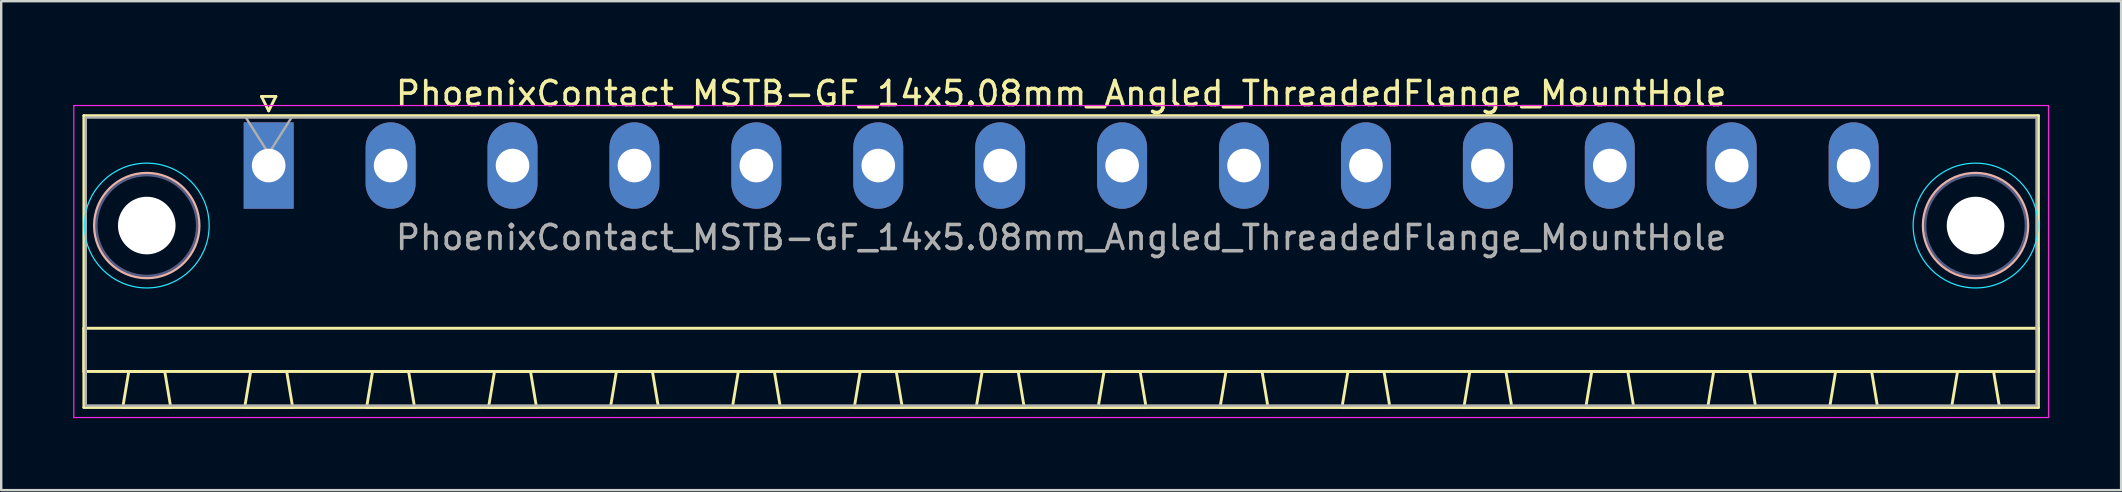
<source format=kicad_pcb>
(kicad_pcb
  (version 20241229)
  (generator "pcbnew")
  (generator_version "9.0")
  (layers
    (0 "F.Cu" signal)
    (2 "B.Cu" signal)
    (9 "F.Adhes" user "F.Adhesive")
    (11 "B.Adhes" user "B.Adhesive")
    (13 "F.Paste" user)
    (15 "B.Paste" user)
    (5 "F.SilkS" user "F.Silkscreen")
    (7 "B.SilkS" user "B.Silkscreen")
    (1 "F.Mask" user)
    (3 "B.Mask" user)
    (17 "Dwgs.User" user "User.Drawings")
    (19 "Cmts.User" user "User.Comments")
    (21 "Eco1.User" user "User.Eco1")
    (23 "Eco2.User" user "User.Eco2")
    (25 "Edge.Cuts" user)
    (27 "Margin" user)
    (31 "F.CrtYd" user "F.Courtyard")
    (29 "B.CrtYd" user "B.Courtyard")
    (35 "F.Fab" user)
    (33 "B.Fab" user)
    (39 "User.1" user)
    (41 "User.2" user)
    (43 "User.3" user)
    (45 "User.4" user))
  (footprint "PhoenixContact_MSTB-GF_14x5.08mm_Angled_ThreadedFlange_MountHole"
    (layer "F.Cu")
    (at 8.145 3.848)
    (property "Reference" "PhoenixContact_MSTB-GF_14x5.08mm_Angled_ThreadedFlange_MountHole" (at 33.02 -3 0) (layer "F.SilkS") (effects (font (size 1 1) (thickness 0.15))))
    (attr through_hole)
    (fp_line (start -7.7 -2.08) (end -7.7 10.08) (stroke (width 0.12) (type solid)) (layer "F.SilkS"))
    (fp_line (start -7.7 6.78) (end 73.74 6.78) (stroke (width 0.12) (type solid)) (layer "F.SilkS"))
    (fp_line (start -7.7 8.58) (end -7.7 6.78) (stroke (width 0.12) (type solid)) (layer "F.SilkS"))
    (fp_line (start -7.7 10.08) (end 73.74 10.08) (stroke (width 0.12) (type solid)) (layer "F.SilkS"))
    (fp_line (start -6.08 10.08) (end -4.08 10.08) (stroke (width 0.12) (type solid)) (layer "F.SilkS"))
    (fp_line (start -5.83 8.58) (end -6.08 10.08) (stroke (width 0.12) (type solid)) (layer "F.SilkS"))
    (fp_line (start -4.33 8.58) (end -5.83 8.58) (stroke (width 0.12) (type solid)) (layer "F.SilkS"))
    (fp_line (start -4.08 10.08) (end -4.33 8.58) (stroke (width 0.12) (type solid)) (layer "F.SilkS"))
    (fp_line (start -1 10.08) (end 1 10.08) (stroke (width 0.12) (type solid)) (layer "F.SilkS"))
    (fp_line (start -0.75 8.58) (end -1 10.08) (stroke (width 0.12) (type solid)) (layer "F.SilkS"))
    (fp_line (start -0.3 -2.88) (end 0.3 -2.88) (stroke (width 0.12) (type solid)) (layer "F.SilkS"))
    (fp_line (start 0 -2.28) (end -0.3 -2.88) (stroke (width 0.12) (type solid)) (layer "F.SilkS"))
    (fp_line (start 0.3 -2.88) (end 0 -2.28) (stroke (width 0.12) (type solid)) (layer "F.SilkS"))
    (fp_line (start 0.75 8.58) (end -0.75 8.58) (stroke (width 0.12) (type solid)) (layer "F.SilkS"))
    (fp_line (start 1 10.08) (end 0.75 8.58) (stroke (width 0.12) (type solid)) (layer "F.SilkS"))
    (fp_line (start 4.08 10.08) (end 6.08 10.08) (stroke (width 0.12) (type solid)) (layer "F.SilkS"))
    (fp_line (start 4.33 8.58) (end 4.08 10.08) (stroke (width 0.12) (type solid)) (layer "F.SilkS"))
    (fp_line (start 5.83 8.58) (end 4.33 8.58) (stroke (width 0.12) (type solid)) (layer "F.SilkS"))
    (fp_line (start 6.08 10.08) (end 5.83 8.58) (stroke (width 0.12) (type solid)) (layer "F.SilkS"))
    (fp_line (start 9.16 10.08) (end 11.16 10.08) (stroke (width 0.12) (type solid)) (layer "F.SilkS"))
    (fp_line (start 9.41 8.58) (end 9.16 10.08) (stroke (width 0.12) (type solid)) (layer "F.SilkS"))
    (fp_line (start 10.91 8.58) (end 9.41 8.58) (stroke (width 0.12) (type solid)) (layer "F.SilkS"))
    (fp_line (start 11.16 10.08) (end 10.91 8.58) (stroke (width 0.12) (type solid)) (layer "F.SilkS"))
    (fp_line (start 14.24 10.08) (end 16.24 10.08) (stroke (width 0.12) (type solid)) (layer "F.SilkS"))
    (fp_line (start 14.49 8.58) (end 14.24 10.08) (stroke (width 0.12) (type solid)) (layer "F.SilkS"))
    (fp_line (start 15.99 8.58) (end 14.49 8.58) (stroke (width 0.12) (type solid)) (layer "F.SilkS"))
    (fp_line (start 16.24 10.08) (end 15.99 8.58) (stroke (width 0.12) (type solid)) (layer "F.SilkS"))
    (fp_line (start 19.32 10.08) (end 21.32 10.08) (stroke (width 0.12) (type solid)) (layer "F.SilkS"))
    (fp_line (start 19.57 8.58) (end 19.32 10.08) (stroke (width 0.12) (type solid)) (layer "F.SilkS"))
    (fp_line (start 21.07 8.58) (end 19.57 8.58) (stroke (width 0.12) (type solid)) (layer "F.SilkS"))
    (fp_line (start 21.32 10.08) (end 21.07 8.58) (stroke (width 0.12) (type solid)) (layer "F.SilkS"))
    (fp_line (start 24.4 10.08) (end 26.4 10.08) (stroke (width 0.12) (type solid)) (layer "F.SilkS"))
    (fp_line (start 24.65 8.58) (end 24.4 10.08) (stroke (width 0.12) (type solid)) (layer "F.SilkS"))
    (fp_line (start 26.15 8.58) (end 24.65 8.58) (stroke (width 0.12) (type solid)) (layer "F.SilkS"))
    (fp_line (start 26.4 10.08) (end 26.15 8.58) (stroke (width 0.12) (type solid)) (layer "F.SilkS"))
    (fp_line (start 29.48 10.08) (end 31.48 10.08) (stroke (width 0.12) (type solid)) (layer "F.SilkS"))
    (fp_line (start 29.73 8.58) (end 29.48 10.08) (stroke (width 0.12) (type solid)) (layer "F.SilkS"))
    (fp_line (start 31.23 8.58) (end 29.73 8.58) (stroke (width 0.12) (type solid)) (layer "F.SilkS"))
    (fp_line (start 31.48 10.08) (end 31.23 8.58) (stroke (width 0.12) (type solid)) (layer "F.SilkS"))
    (fp_line (start 34.56 10.08) (end 36.56 10.08) (stroke (width 0.12) (type solid)) (layer "F.SilkS"))
    (fp_line (start 34.81 8.58) (end 34.56 10.08) (stroke (width 0.12) (type solid)) (layer "F.SilkS"))
    (fp_line (start 36.31 8.58) (end 34.81 8.58) (stroke (width 0.12) (type solid)) (layer "F.SilkS"))
    (fp_line (start 36.56 10.08) (end 36.31 8.58) (stroke (width 0.12) (type solid)) (layer "F.SilkS"))
    (fp_line (start 39.64 10.08) (end 41.64 10.08) (stroke (width 0.12) (type solid)) (layer "F.SilkS"))
    (fp_line (start 39.89 8.58) (end 39.64 10.08) (stroke (width 0.12) (type solid)) (layer "F.SilkS"))
    (fp_line (start 41.39 8.58) (end 39.89 8.58) (stroke (width 0.12) (type solid)) (layer "F.SilkS"))
    (fp_line (start 41.64 10.08) (end 41.39 8.58) (stroke (width 0.12) (type solid)) (layer "F.SilkS"))
    (fp_line (start 44.72 10.08) (end 46.72 10.08) (stroke (width 0.12) (type solid)) (layer "F.SilkS"))
    (fp_line (start 44.97 8.58) (end 44.72 10.08) (stroke (width 0.12) (type solid)) (layer "F.SilkS"))
    (fp_line (start 46.47 8.58) (end 44.97 8.58) (stroke (width 0.12) (type solid)) (layer "F.SilkS"))
    (fp_line (start 46.72 10.08) (end 46.47 8.58) (stroke (width 0.12) (type solid)) (layer "F.SilkS"))
    (fp_line (start 49.8 10.08) (end 51.8 10.08) (stroke (width 0.12) (type solid)) (layer "F.SilkS"))
    (fp_line (start 50.05 8.58) (end 49.8 10.08) (stroke (width 0.12) (type solid)) (layer "F.SilkS"))
    (fp_line (start 51.55 8.58) (end 50.05 8.58) (stroke (width 0.12) (type solid)) (layer "F.SilkS"))
    (fp_line (start 51.8 10.08) (end 51.55 8.58) (stroke (width 0.12) (type solid)) (layer "F.SilkS"))
    (fp_line (start 54.88 10.08) (end 56.88 10.08) (stroke (width 0.12) (type solid)) (layer "F.SilkS"))
    (fp_line (start 55.13 8.58) (end 54.88 10.08) (stroke (width 0.12) (type solid)) (layer "F.SilkS"))
    (fp_line (start 56.63 8.58) (end 55.13 8.58) (stroke (width 0.12) (type solid)) (layer "F.SilkS"))
    (fp_line (start 56.88 10.08) (end 56.63 8.58) (stroke (width 0.12) (type solid)) (layer "F.SilkS"))
    (fp_line (start 59.96 10.08) (end 61.96 10.08) (stroke (width 0.12) (type solid)) (layer "F.SilkS"))
    (fp_line (start 60.21 8.58) (end 59.96 10.08) (stroke (width 0.12) (type solid)) (layer "F.SilkS"))
    (fp_line (start 61.71 8.58) (end 60.21 8.58) (stroke (width 0.12) (type solid)) (layer "F.SilkS"))
    (fp_line (start 61.96 10.08) (end 61.71 8.58) (stroke (width 0.12) (type solid)) (layer "F.SilkS"))
    (fp_line (start 65.04 10.08) (end 67.04 10.08) (stroke (width 0.12) (type solid)) (layer "F.SilkS"))
    (fp_line (start 65.29 8.58) (end 65.04 10.08) (stroke (width 0.12) (type solid)) (layer "F.SilkS"))
    (fp_line (start 66.79 8.58) (end 65.29 8.58) (stroke (width 0.12) (type solid)) (layer "F.SilkS"))
    (fp_line (start 67.04 10.08) (end 66.79 8.58) (stroke (width 0.12) (type solid)) (layer "F.SilkS"))
    (fp_line (start 70.12 10.08) (end 72.12 10.08) (stroke (width 0.12) (type solid)) (layer "F.SilkS"))
    (fp_line (start 70.37 8.58) (end 70.12 10.08) (stroke (width 0.12) (type solid)) (layer "F.SilkS"))
    (fp_line (start 71.87 8.58) (end 70.37 8.58) (stroke (width 0.12) (type solid)) (layer "F.SilkS"))
    (fp_line (start 72.12 10.08) (end 71.87 8.58) (stroke (width 0.12) (type solid)) (layer "F.SilkS"))
    (fp_line (start 73.74 -2.08) (end -7.7 -2.08) (stroke (width 0.12) (type solid)) (layer "F.SilkS"))
    (fp_line (start 73.74 6.78) (end 73.74 8.58) (stroke (width 0.12) (type solid)) (layer "F.SilkS"))
    (fp_line (start 73.74 8.58) (end -7.7 8.58) (stroke (width 0.12) (type solid)) (layer "F.SilkS"))
    (fp_line (start 73.74 10.08) (end 73.74 -2.08) (stroke (width 0.12) (type solid)) (layer "F.SilkS"))
    (fp_circle (center -5.08 2.5) (end -2.9 2.5) (stroke (width 0.12) (type solid)) (fill no) (layer "B.SilkS"))
    (fp_circle (center 71.12 2.5) (end 73.3 2.5) (stroke (width 0.12) (type solid)) (fill no) (layer "B.SilkS"))
    (fp_circle (center -5.08 2.5) (end -2.48 2.5) (stroke (width 0.05) (type solid)) (fill no) (layer "B.CrtYd"))
    (fp_circle (center 71.12 2.5) (end 73.72 2.5) (stroke (width 0.05) (type solid)) (fill no) (layer "B.CrtYd"))
    (fp_line (start -8.12 -2.5) (end -8.12 10.5) (stroke (width 0.05) (type solid)) (layer "F.CrtYd"))
    (fp_line (start -8.12 10.5) (end 74.16 10.5) (stroke (width 0.05) (type solid)) (layer "F.CrtYd"))
    (fp_line (start 74.16 -2.5) (end -8.12 -2.5) (stroke (width 0.05) (type solid)) (layer "F.CrtYd"))
    (fp_line (start 74.16 10.5) (end 74.16 -2.5) (stroke (width 0.05) (type solid)) (layer "F.CrtYd"))
    (fp_circle (center -5.08 2.5) (end -2.98 2.5) (stroke (width 0.1) (type solid)) (fill no) (layer "B.Fab"))
    (fp_circle (center 71.12 2.5) (end 73.22 2.5) (stroke (width 0.1) (type solid)) (fill no) (layer "B.Fab"))
    (fp_line (start -7.62 -2) (end -7.62 10) (stroke (width 0.1) (type solid)) (layer "F.Fab"))
    (fp_line (start -7.62 10) (end 73.66 10) (stroke (width 0.1) (type solid)) (layer "F.Fab"))
    (fp_line (start 0 -0.5) (end -0.95 -2) (stroke (width 0.1) (type solid)) (layer "F.Fab"))
    (fp_line (start 0.95 -2) (end 0 -0.5) (stroke (width 0.1) (type solid)) (layer "F.Fab"))
    (fp_line (start 73.66 -2) (end -7.62 -2) (stroke (width 0.1) (type solid)) (layer "F.Fab"))
    (fp_line (start 73.66 10) (end 73.66 -2) (stroke (width 0.1) (type solid)) (layer "F.Fab"))
    (fp_text user "${REFERENCE}" (at 33.02 3 0) (layer "F.Fab") (effects (font (size 1 1) (thickness 0.15))))
    (pad "" np_thru_hole circle (at -5.08 2.5) (size 2.4 2.4) (drill 2.4) (layers "*.Cu" "*.Mask"))
    (pad "" np_thru_hole circle (at 71.12 2.5) (size 2.4 2.4) (drill 2.4) (layers "*.Cu" "*.Mask"))
    (pad "1" thru_hole rect (at 0 0) (size 2.08 3.6) (drill 1.4) (layers "*.Cu" "*.Mask"))
    (pad "2" thru_hole oval (at 5.08 0) (size 2.08 3.6) (drill 1.4) (layers "*.Cu" "*.Mask"))
    (pad "3" thru_hole oval (at 10.16 0) (size 2.08 3.6) (drill 1.4) (layers "*.Cu" "*.Mask"))
    (pad "4" thru_hole oval (at 15.24 0) (size 2.08 3.6) (drill 1.4) (layers "*.Cu" "*.Mask"))
    (pad "5" thru_hole oval (at 20.32 0) (size 2.08 3.6) (drill 1.4) (layers "*.Cu" "*.Mask"))
    (pad "6" thru_hole oval (at 25.4 0) (size 2.08 3.6) (drill 1.4) (layers "*.Cu" "*.Mask"))
    (pad "7" thru_hole oval (at 30.48 0) (size 2.08 3.6) (drill 1.4) (layers "*.Cu" "*.Mask"))
    (pad "8" thru_hole oval (at 35.56 0) (size 2.08 3.6) (drill 1.4) (layers "*.Cu" "*.Mask"))
    (pad "9" thru_hole oval (at 40.64 0) (size 2.08 3.6) (drill 1.4) (layers "*.Cu" "*.Mask"))
    (pad "10" thru_hole oval (at 45.72 0) (size 2.08 3.6) (drill 1.4) (layers "*.Cu" "*.Mask"))
    (pad "11" thru_hole oval (at 50.8 0) (size 2.08 3.6) (drill 1.4) (layers "*.Cu" "*.Mask"))
    (pad "12" thru_hole oval (at 55.88 0) (size 2.08 3.6) (drill 1.4) (layers "*.Cu" "*.Mask"))
    (pad "13" thru_hole oval (at 60.96 0) (size 2.08 3.6) (drill 1.4) (layers "*.Cu" "*.Mask"))
    (pad "14" thru_hole oval (at 66.04 0) (size 2.08 3.6) (drill 1.4) (layers "*.Cu" "*.Mask")))
  (gr_rect
    (start -3 -3)
    (end 85.33 17.373)
    (stroke (width 0.1) (type default))
    (fill no)
    (layer "Edge.Cuts")))
</source>
